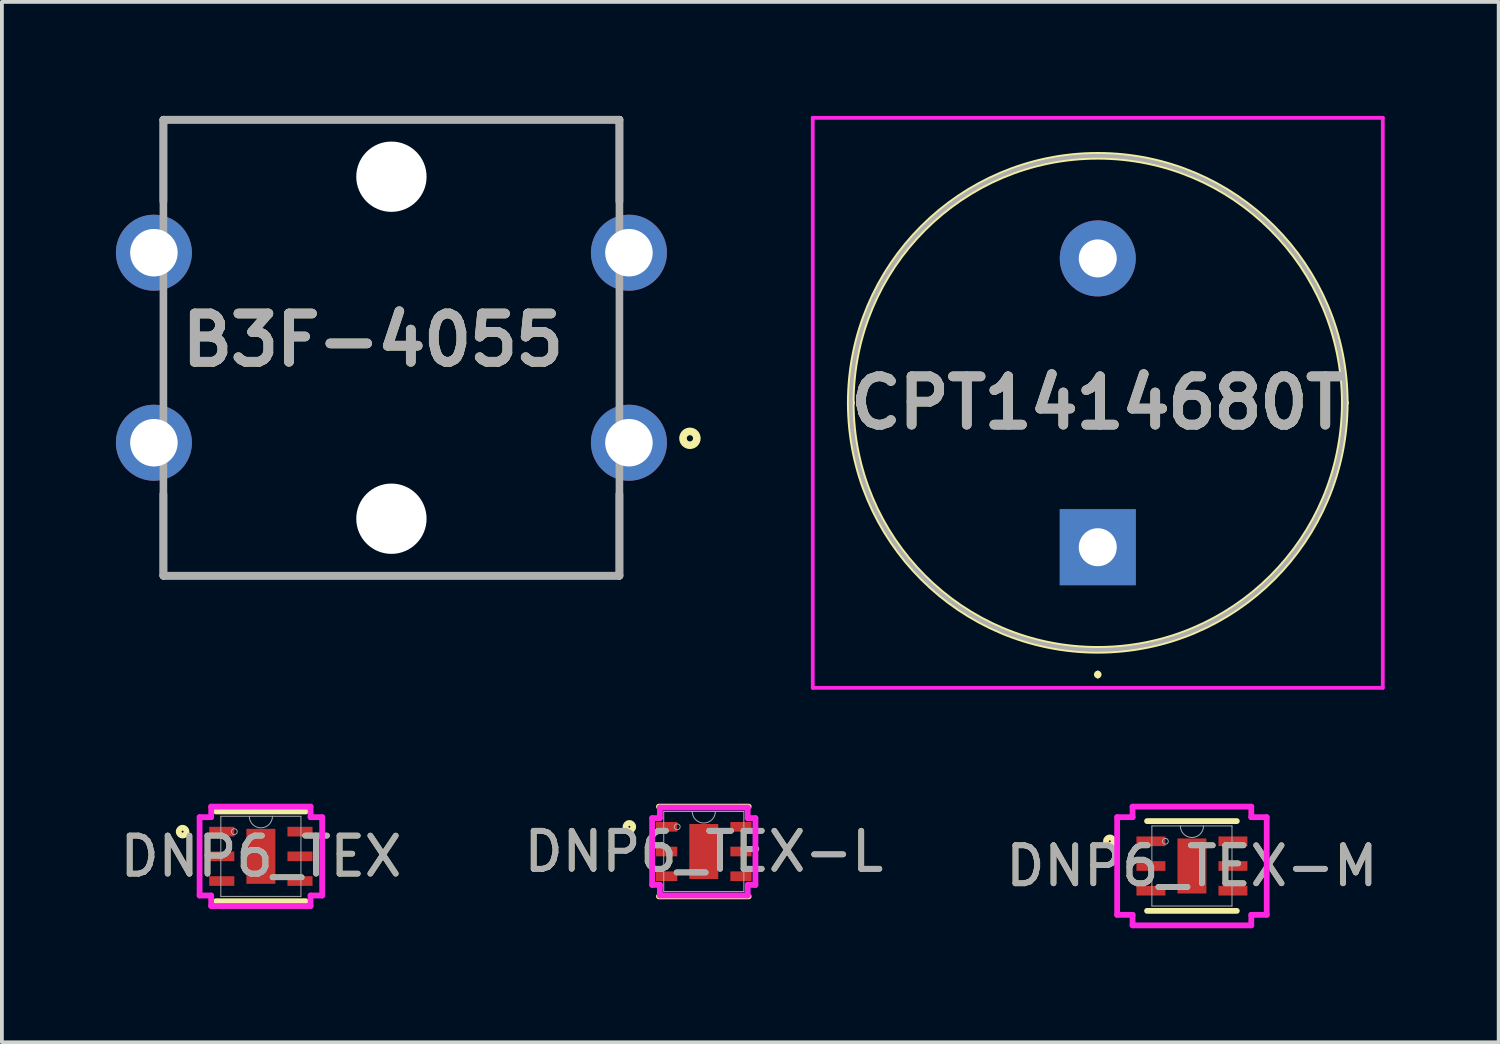
<source format=kicad_pcb>
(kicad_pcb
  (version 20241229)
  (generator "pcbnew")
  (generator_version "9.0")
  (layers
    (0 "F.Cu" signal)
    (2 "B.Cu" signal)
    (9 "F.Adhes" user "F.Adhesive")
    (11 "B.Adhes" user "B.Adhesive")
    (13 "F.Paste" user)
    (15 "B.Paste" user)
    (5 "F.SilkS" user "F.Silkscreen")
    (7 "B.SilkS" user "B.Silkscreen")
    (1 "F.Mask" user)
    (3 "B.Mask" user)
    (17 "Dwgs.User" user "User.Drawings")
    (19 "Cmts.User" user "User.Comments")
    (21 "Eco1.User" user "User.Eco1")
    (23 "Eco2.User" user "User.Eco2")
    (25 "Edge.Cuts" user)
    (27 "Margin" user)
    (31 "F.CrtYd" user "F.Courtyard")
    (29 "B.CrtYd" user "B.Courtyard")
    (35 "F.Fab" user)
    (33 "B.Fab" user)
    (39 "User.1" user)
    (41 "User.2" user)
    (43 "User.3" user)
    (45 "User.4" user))
  (footprint "B3F-4055"
    (layer "F.Cu")
    (at 7.25 6.1)
    (property "Reference" "B3F-4055" (at -0.488 -0.204 0) (layer "F.SilkS") (effects (font (size 1.27 1.27) (thickness 0.254))))
    (attr through_hole)
    (fp_line (start -6 -6) (end -6 -3.849) (stroke (width 0.2) (type solid)) (layer "F.SilkS"))
    (fp_line (start -6 -6) (end 6 -6) (stroke (width 0.2) (type solid)) (layer "F.SilkS"))
    (fp_line (start -6 6) (end -6 3.849) (stroke (width 0.2) (type solid)) (layer "F.SilkS"))
    (fp_line (start 6 -6) (end 6 -3.849) (stroke (width 0.2) (type solid)) (layer "F.SilkS"))
    (fp_line (start 6 6) (end -6 6) (stroke (width 0.2) (type solid)) (layer "F.SilkS"))
    (fp_line (start 6 6) (end 6 3.849) (stroke (width 0.2) (type solid)) (layer "F.SilkS"))
    (fp_circle (center 7.855 2.384) (end 7.855 2.466) (stroke (width 0.2) (type solid)) (fill no) (layer "F.SilkS"))
    (fp_line (start -6 -6) (end 6 -6) (stroke (width 0.2) (type solid)) (layer "F.Fab"))
    (fp_line (start -6 6) (end -6 -6) (stroke (width 0.2) (type solid)) (layer "F.Fab"))
    (fp_line (start 6 -6) (end 6 6) (stroke (width 0.2) (type solid)) (layer "F.Fab"))
    (fp_line (start 6 6) (end -6 6) (stroke (width 0.2) (type solid)) (layer "F.Fab"))
    (fp_text user "${REFERENCE}" (at -0.488 -0.204 0) (layer "F.Fab") (effects (font (size 1.27 1.27) (thickness 0.254))))
    (pad "" np_thru_hole circle (at 0 -4.5) (size 1.85 1.85) (drill 1.85) (layers "*.Cu" "*.Mask"))
    (pad "" np_thru_hole circle (at 0 4.5) (size 1.85 1.85) (drill 1.85) (layers "*.Cu" "*.Mask"))
    (pad "1" thru_hole circle (at 6.25 2.5) (size 2 2) (drill 1.25) (layers "*.Cu" "*.Mask"))
    (pad "2" thru_hole circle (at -6.25 2.5) (size 2 2) (drill 1.25) (layers "*.Cu" "*.Mask"))
    (pad "3" thru_hole circle (at 6.25 -2.5) (size 2 2) (drill 1.25) (layers "*.Cu" "*.Mask"))
    (pad "4" thru_hole circle (at -6.25 -2.5) (size 2 2) (drill 1.25) (layers "*.Cu" "*.Mask")))
  (footprint "CPT1414680T"
    (layer "F.Cu")
    (at 25.837 11.35)
    (property "Reference" "CPT1414680T" (at 0 -3.8 0) (layer "F.SilkS") (effects (font (size 1.27 1.27) (thickness 0.254))))
    (attr through_hole)
    (fp_line (start -6.5 -3.8) (end -6.5 -3.8) (stroke (width 0.2) (type solid)) (layer "F.SilkS"))
    (fp_line (start 0 3.3) (end 0 3.3) (stroke (width 0.1) (type solid)) (layer "F.SilkS"))
    (fp_line (start 0 3.4) (end 0 3.4) (stroke (width 0.1) (type solid)) (layer "F.SilkS"))
    (fp_line (start 6.5 -3.8) (end 6.5 -3.8) (stroke (width 0.2) (type solid)) (layer "F.SilkS"))
    (fp_arc (start -6.5 -3.8) (mid 0 -10.3) (end 6.5 -3.8) (stroke (width 0.2) (type solid)) (layer "F.SilkS"))
    (fp_arc (start 0 3.3) (mid 0.05 3.35) (end 0 3.4) (stroke (width 0.1) (type solid)) (layer "F.SilkS"))
    (fp_arc (start 0 3.4) (mid -0.05 3.35) (end 0 3.3) (stroke (width 0.1) (type solid)) (layer "F.SilkS"))
    (fp_arc (start 6.5 -3.8) (mid 0 2.7) (end -6.5 -3.8) (stroke (width 0.2) (type solid)) (layer "F.SilkS"))
    (fp_line (start -7.5 -11.3) (end 7.5 -11.3) (stroke (width 0.1) (type solid)) (layer "F.CrtYd"))
    (fp_line (start -7.5 3.7) (end -7.5 -11.3) (stroke (width 0.1) (type solid)) (layer "F.CrtYd"))
    (fp_line (start 7.5 -11.3) (end 7.5 3.7) (stroke (width 0.1) (type solid)) (layer "F.CrtYd"))
    (fp_line (start 7.5 3.7) (end -7.5 3.7) (stroke (width 0.1) (type solid)) (layer "F.CrtYd"))
    (fp_line (start -6.5 -3.8) (end -6.5 -3.8) (stroke (width 0.1) (type solid)) (layer "F.Fab"))
    (fp_line (start 6.5 -3.8) (end 6.5 -3.8) (stroke (width 0.1) (type solid)) (layer "F.Fab"))
    (fp_arc (start -6.5 -3.8) (mid 0 -10.3) (end 6.5 -3.8) (stroke (width 0.1) (type solid)) (layer "F.Fab"))
    (fp_arc (start 6.5 -3.8) (mid 0 2.7) (end -6.5 -3.8) (stroke (width 0.1) (type solid)) (layer "F.Fab"))
    (fp_text user "${REFERENCE}" (at 0 -3.8 0) (layer "F.Fab") (effects (font (size 1.27 1.27) (thickness 0.254))))
    (pad "1" thru_hole rect (at 0 0) (size 2 2) (drill 1) (layers "*.Cu" "*.Mask"))
    (pad "2" thru_hole circle (at 0 -7.6) (size 2 2) (drill 1) (layers "*.Cu" "*.Mask")))
  (footprint "DNP6_TEX-L"
    (layer "F.Cu")
    (at 15.47 19.357)
    (property "Reference" "DNP6_TEX-L" (at 0 0 0) (unlocked yes) (layer "F.SilkS") (effects (font (size 1 1) (thickness 0.15))))
    (attr smd)
    (fp_line (start -1.181 1.181) (end 1.181 1.181) (stroke (width 0.152) (type solid)) (layer "F.SilkS"))
    (fp_line (start 1.181 -1.181) (end -1.181 -1.181) (stroke (width 0.152) (type solid)) (layer "F.SilkS"))
    (fp_circle (center -1.958 -0.65) (end -1.857 -0.65) (stroke (width 0.152) (type solid)) (fill no) (layer "F.SilkS"))
    (fp_line (start -1.359 -0.879) (end -1.156 -0.879) (stroke (width 0.152) (type solid)) (layer "F.CrtYd"))
    (fp_line (start -1.359 0.879) (end -1.359 -0.879) (stroke (width 0.152) (type solid)) (layer "F.CrtYd"))
    (fp_line (start -1.359 0.879) (end -1.156 0.879) (stroke (width 0.152) (type solid)) (layer "F.CrtYd"))
    (fp_line (start -1.156 -1.156) (end 1.156 -1.156) (stroke (width 0.152) (type solid)) (layer "F.CrtYd"))
    (fp_line (start -1.156 -0.879) (end -1.156 -1.156) (stroke (width 0.152) (type solid)) (layer "F.CrtYd"))
    (fp_line (start -1.156 1.156) (end -1.156 0.879) (stroke (width 0.152) (type solid)) (layer "F.CrtYd"))
    (fp_line (start 1.156 -1.156) (end 1.156 -0.879) (stroke (width 0.152) (type solid)) (layer "F.CrtYd"))
    (fp_line (start 1.156 0.879) (end 1.156 1.156) (stroke (width 0.152) (type solid)) (layer "F.CrtYd"))
    (fp_line (start 1.156 1.156) (end -1.156 1.156) (stroke (width 0.152) (type solid)) (layer "F.CrtYd"))
    (fp_line (start 1.359 -0.879) (end 1.156 -0.879) (stroke (width 0.152) (type solid)) (layer "F.CrtYd"))
    (fp_line (start 1.359 -0.879) (end 1.359 0.879) (stroke (width 0.152) (type solid)) (layer "F.CrtYd"))
    (fp_line (start 1.359 0.879) (end 1.156 0.879) (stroke (width 0.152) (type solid)) (layer "F.CrtYd"))
    (fp_line (start -1.054 -1.054) (end -1.054 1.054) (stroke (width 0.025) (type solid)) (layer "F.Fab"))
    (fp_line (start -1.054 1.054) (end 1.054 1.054) (stroke (width 0.025) (type solid)) (layer "F.Fab"))
    (fp_line (start 1.054 -1.054) (end -1.054 -1.054) (stroke (width 0.025) (type solid)) (layer "F.Fab"))
    (fp_line (start 1.054 1.054) (end 1.054 -1.054) (stroke (width 0.025) (type solid)) (layer "F.Fab"))
    (fp_arc (start 0.3048 -1.0541) (mid 0 -0.7493) (end -0.3048 -1.0541) (stroke (width 0.0254) (type solid)) (layer "F.Fab"))
    (fp_circle (center -0.699 -0.65) (end -0.622 -0.65) (stroke (width 0.025) (type solid)) (fill no) (layer "F.Fab"))
    (fp_text user "${REFERENCE}" (at 0 0 0) (unlocked yes) (layer "F.Fab") (effects (font (size 1 1) (thickness 0.15))))
    (pad "1" smd rect (at -0.978 -0.65) (size 0.559 0.254) (layers "F.Cu" "F.Mask" "F.Paste"))
    (pad "2" smd rect (at -0.978 0) (size 0.559 0.254) (layers "F.Cu" "F.Mask" "F.Paste"))
    (pad "3" smd rect (at -0.978 0.65) (size 0.559 0.254) (layers "F.Cu" "F.Mask" "F.Paste"))
    (pad "4" smd rect (at 0.978 0.65) (size 0.559 0.254) (layers "F.Cu" "F.Mask" "F.Paste"))
    (pad "5" smd rect (at 0.978 0) (size 0.559 0.254) (layers "F.Cu" "F.Mask" "F.Paste"))
    (pad "6" smd rect (at 0.978 -0.65) (size 0.559 0.254) (layers "F.Cu" "F.Mask" "F.Paste"))
    (pad "7" smd rect (at 0 0) (size 0.762 1.448) (layers "F.Cu" "F.Mask" "F.Paste")))
  (footprint "DNP6_TEX"
    (layer "F.Cu")
    (at 3.815 19.484)
    (property "Reference" "DNP6_TEX" (at 0 0 0) (unlocked yes) (layer "F.SilkS") (effects (font (size 1 1) (thickness 0.15))))
    (attr smd)
    (fp_line (start -1.181 1.181) (end 1.181 1.181) (stroke (width 0.152) (type solid)) (layer "F.SilkS"))
    (fp_line (start 1.181 -1.181) (end -1.181 -1.181) (stroke (width 0.152) (type solid)) (layer "F.SilkS"))
    (fp_circle (center -2.06 -0.65) (end -1.958 -0.65) (stroke (width 0.152) (type solid)) (fill no) (layer "F.SilkS"))
    (fp_line (start -1.613 -1.031) (end -1.308 -1.031) (stroke (width 0.152) (type solid)) (layer "F.CrtYd"))
    (fp_line (start -1.613 1.031) (end -1.613 -1.031) (stroke (width 0.152) (type solid)) (layer "F.CrtYd"))
    (fp_line (start -1.613 1.031) (end -1.308 1.031) (stroke (width 0.152) (type solid)) (layer "F.CrtYd"))
    (fp_line (start -1.308 -1.308) (end 1.308 -1.308) (stroke (width 0.152) (type solid)) (layer "F.CrtYd"))
    (fp_line (start -1.308 -1.031) (end -1.308 -1.308) (stroke (width 0.152) (type solid)) (layer "F.CrtYd"))
    (fp_line (start -1.308 1.308) (end -1.308 1.031) (stroke (width 0.152) (type solid)) (layer "F.CrtYd"))
    (fp_line (start 1.308 -1.308) (end 1.308 -1.031) (stroke (width 0.152) (type solid)) (layer "F.CrtYd"))
    (fp_line (start 1.308 1.031) (end 1.308 1.308) (stroke (width 0.152) (type solid)) (layer "F.CrtYd"))
    (fp_line (start 1.308 1.308) (end -1.308 1.308) (stroke (width 0.152) (type solid)) (layer "F.CrtYd"))
    (fp_line (start 1.613 -1.031) (end 1.308 -1.031) (stroke (width 0.152) (type solid)) (layer "F.CrtYd"))
    (fp_line (start 1.613 -1.031) (end 1.613 1.031) (stroke (width 0.152) (type solid)) (layer "F.CrtYd"))
    (fp_line (start 1.613 1.031) (end 1.308 1.031) (stroke (width 0.152) (type solid)) (layer "F.CrtYd"))
    (fp_line (start -1.054 -1.054) (end -1.054 1.054) (stroke (width 0.025) (type solid)) (layer "F.Fab"))
    (fp_line (start -1.054 1.054) (end 1.054 1.054) (stroke (width 0.025) (type solid)) (layer "F.Fab"))
    (fp_line (start 1.054 -1.054) (end -1.054 -1.054) (stroke (width 0.025) (type solid)) (layer "F.Fab"))
    (fp_line (start 1.054 1.054) (end 1.054 -1.054) (stroke (width 0.025) (type solid)) (layer "F.Fab"))
    (fp_arc (start 0.3048 -1.0541) (mid 0 -0.7493) (end -0.3048 -1.0541) (stroke (width 0.0254) (type solid)) (layer "F.Fab"))
    (fp_circle (center -0.699 -0.65) (end -0.622 -0.65) (stroke (width 0.025) (type solid)) (fill no) (layer "F.Fab"))
    (fp_text user "${REFERENCE}" (at 0 0 0) (unlocked yes) (layer "F.Fab") (effects (font (size 1 1) (thickness 0.15))))
    (pad "1" smd rect (at -1.029 -0.65) (size 0.66 0.254) (layers "F.Cu" "F.Mask" "F.Paste"))
    (pad "2" smd rect (at -1.029 0) (size 0.66 0.254) (layers "F.Cu" "F.Mask" "F.Paste"))
    (pad "3" smd rect (at -1.029 0.65) (size 0.66 0.254) (layers "F.Cu" "F.Mask" "F.Paste"))
    (pad "4" smd rect (at 1.029 0.65) (size 0.66 0.254) (layers "F.Cu" "F.Mask" "F.Paste"))
    (pad "5" smd rect (at 1.029 0) (size 0.66 0.254) (layers "F.Cu" "F.Mask" "F.Paste"))
    (pad "6" smd rect (at 1.029 -0.65) (size 0.66 0.254) (layers "F.Cu" "F.Mask" "F.Paste"))
    (pad "7" smd rect (at 0 0) (size 0.762 1.448) (layers "F.Cu" "F.Mask" "F.Paste")))
  (footprint "DNP6_TEX-M"
    (layer "F.Cu")
    (at 28.315 19.738)
    (property "Reference" "DNP6_TEX-M" (at 0 0 0) (unlocked yes) (layer "F.SilkS") (effects (font (size 1 1) (thickness 0.15))))
    (attr smd)
    (fp_line (start -1.181 1.181) (end 1.181 1.181) (stroke (width 0.152) (type solid)) (layer "F.SilkS"))
    (fp_line (start 1.181 -1.181) (end -1.181 -1.181) (stroke (width 0.152) (type solid)) (layer "F.SilkS"))
    (fp_circle (center -2.161 -0.65) (end -2.06 -0.65) (stroke (width 0.152) (type solid)) (fill no) (layer "F.SilkS"))
    (fp_line (start -1.968 -1.285) (end -1.562 -1.285) (stroke (width 0.152) (type solid)) (layer "F.CrtYd"))
    (fp_line (start -1.968 1.285) (end -1.968 -1.285) (stroke (width 0.152) (type solid)) (layer "F.CrtYd"))
    (fp_line (start -1.968 1.285) (end -1.562 1.285) (stroke (width 0.152) (type solid)) (layer "F.CrtYd"))
    (fp_line (start -1.562 -1.562) (end 1.562 -1.562) (stroke (width 0.152) (type solid)) (layer "F.CrtYd"))
    (fp_line (start -1.562 -1.285) (end -1.562 -1.562) (stroke (width 0.152) (type solid)) (layer "F.CrtYd"))
    (fp_line (start -1.562 1.562) (end -1.562 1.285) (stroke (width 0.152) (type solid)) (layer "F.CrtYd"))
    (fp_line (start 1.562 -1.562) (end 1.562 -1.285) (stroke (width 0.152) (type solid)) (layer "F.CrtYd"))
    (fp_line (start 1.562 1.285) (end 1.562 1.562) (stroke (width 0.152) (type solid)) (layer "F.CrtYd"))
    (fp_line (start 1.562 1.562) (end -1.562 1.562) (stroke (width 0.152) (type solid)) (layer "F.CrtYd"))
    (fp_line (start 1.968 -1.285) (end 1.562 -1.285) (stroke (width 0.152) (type solid)) (layer "F.CrtYd"))
    (fp_line (start 1.968 -1.285) (end 1.968 1.285) (stroke (width 0.152) (type solid)) (layer "F.CrtYd"))
    (fp_line (start 1.968 1.285) (end 1.562 1.285) (stroke (width 0.152) (type solid)) (layer "F.CrtYd"))
    (fp_line (start -1.054 -1.054) (end -1.054 1.054) (stroke (width 0.025) (type solid)) (layer "F.Fab"))
    (fp_line (start -1.054 1.054) (end 1.054 1.054) (stroke (width 0.025) (type solid)) (layer "F.Fab"))
    (fp_line (start 1.054 -1.054) (end -1.054 -1.054) (stroke (width 0.025) (type solid)) (layer "F.Fab"))
    (fp_line (start 1.054 1.054) (end 1.054 -1.054) (stroke (width 0.025) (type solid)) (layer "F.Fab"))
    (fp_arc (start 0.3048 -1.0541) (mid 0 -0.7493) (end -0.3048 -1.0541) (stroke (width 0.0254) (type solid)) (layer "F.Fab"))
    (fp_circle (center -0.699 -0.65) (end -0.622 -0.65) (stroke (width 0.025) (type solid)) (fill no) (layer "F.Fab"))
    (fp_text user "${REFERENCE}" (at 0 0 0) (unlocked yes) (layer "F.Fab") (effects (font (size 1 1) (thickness 0.15))))
    (pad "1" smd rect (at -1.079 -0.65) (size 0.762 0.254) (layers "F.Cu" "F.Mask" "F.Paste"))
    (pad "2" smd rect (at -1.079 0) (size 0.762 0.254) (layers "F.Cu" "F.Mask" "F.Paste"))
    (pad "3" smd rect (at -1.079 0.65) (size 0.762 0.254) (layers "F.Cu" "F.Mask" "F.Paste"))
    (pad "4" smd rect (at 1.079 0.65) (size 0.762 0.254) (layers "F.Cu" "F.Mask" "F.Paste"))
    (pad "5" smd rect (at 1.079 0) (size 0.762 0.254) (layers "F.Cu" "F.Mask" "F.Paste"))
    (pad "6" smd rect (at 1.079 -0.65) (size 0.762 0.254) (layers "F.Cu" "F.Mask" "F.Paste"))
    (pad "7" smd rect (at 0 0) (size 0.762 1.448) (layers "F.Cu" "F.Mask" "F.Paste")))
  (gr_rect
    (start -3 -3)
    (end 36.387 24.377)
    (stroke (width 0.1) (type default))
    (fill no)
    (layer "Edge.Cuts")))
</source>
